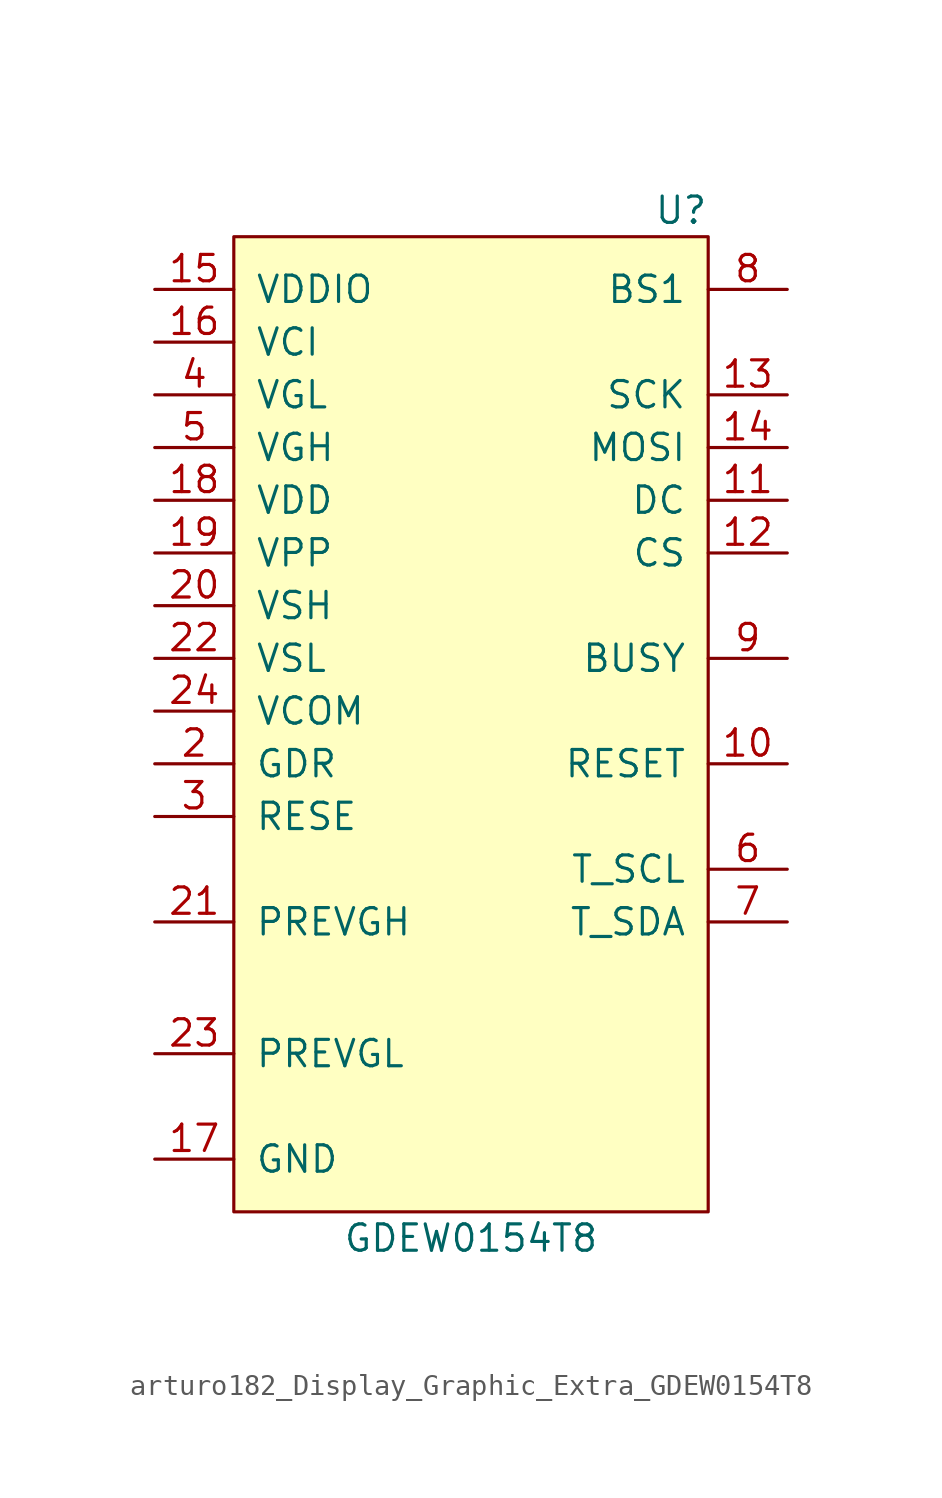
<source format=kicad_sym>
(kicad_symbol_lib
  (version 20220914)
  (generator kicad_symbol_editor)
  (symbol "arturo182_Display_Graphic_Extra_GDEW0154T8"
    (pin_names
      (offset 1.016))
    (property "Reference" "U"
      (at 11.43 26.67 0)
      (effects (font (size 1.27 1.27)) (justify right)))
    (property "Value" "GDEW0154T8"
      (at 0 -22.86 0)
      (effects (font (size 1.27 1.27))))
    (symbol "arturo182_Display_Graphic_Extra_GDEW0154T8_0_1"
      (rectangle (start -11.43 25.4) (end 11.43 -21.59) (stroke (width 0) (type default)) (fill (type background))))
    (symbol "arturo182_Display_Graphic_Extra_GDEW0154T8_1_1"
      (pin input line (at 15.24 0 180) (length 3.81) (name "RESET" (effects (font (size 1.27 1.27)))) (number "10" (effects (font (size 1.27 1.27)))))
      (pin input line (at 15.24 12.7 180) (length 3.81) (name "DC" (effects (font (size 1.27 1.27)))) (number "11" (effects (font (size 1.27 1.27)))))
      (pin input line (at 15.24 10.16 180) (length 3.81) (name "CS" (effects (font (size 1.27 1.27)))) (number "12" (effects (font (size 1.27 1.27)))))
      (pin bidirectional line (at 15.24 17.78 180) (length 3.81) (name "SCK" (effects (font (size 1.27 1.27)))) (number "13" (effects (font (size 1.27 1.27)))))
      (pin bidirectional line (at 15.24 15.24 180) (length 3.81) (name "MOSI" (effects (font (size 1.27 1.27)))) (number "14" (effects (font (size 1.27 1.27)))))
      (pin power_in line (at -15.24 22.86 0) (length 3.81) (name "VDDIO" (effects (font (size 1.27 1.27)))) (number "15" (effects (font (size 1.27 1.27)))))
      (pin power_in line (at -15.24 20.32 0) (length 3.81) (name "VCI" (effects (font (size 1.27 1.27)))) (number "16" (effects (font (size 1.27 1.27)))))
      (pin power_in line (at -15.24 -19.05 0) (length 3.81) (name "GND" (effects (font (size 1.27 1.27)))) (number "17" (effects (font (size 1.27 1.27)))))
      (pin power_out line (at -15.24 12.7 0) (length 3.81) (name "VDD" (effects (font (size 1.27 1.27)))) (number "18" (effects (font (size 1.27 1.27)))))
      (pin power_out line (at -15.24 10.16 0) (length 3.81) (name "VPP" (effects (font (size 1.27 1.27)))) (number "19" (effects (font (size 1.27 1.27)))))
      (pin output line (at -15.24 0 0) (length 3.81) (name "GDR" (effects (font (size 1.27 1.27)))) (number "2" (effects (font (size 1.27 1.27)))))
      (pin power_out line (at -15.24 7.62 0) (length 3.81) (name "VSH" (effects (font (size 1.27 1.27)))) (number "20" (effects (font (size 1.27 1.27)))))
      (pin power_in line (at -15.24 -7.62 0) (length 3.81) (name "PREVGH" (effects (font (size 1.27 1.27)))) (number "21" (effects (font (size 1.27 1.27)))))
      (pin power_out line (at -15.24 5.08 0) (length 3.81) (name "VSL" (effects (font (size 1.27 1.27)))) (number "22" (effects (font (size 1.27 1.27)))))
      (pin power_in line (at -15.24 -13.97 0) (length 3.81) (name "PREVGL" (effects (font (size 1.27 1.27)))) (number "23" (effects (font (size 1.27 1.27)))))
      (pin power_out line (at -15.24 2.54 0) (length 3.81) (name "VCOM" (effects (font (size 1.27 1.27)))) (number "24" (effects (font (size 1.27 1.27)))))
      (pin output line (at -15.24 -2.54 0) (length 3.81) (name "RESE" (effects (font (size 1.27 1.27)))) (number "3" (effects (font (size 1.27 1.27)))))
      (pin power_out line (at -15.24 17.78 0) (length 3.81) (name "VGL" (effects (font (size 1.27 1.27)))) (number "4" (effects (font (size 1.27 1.27)))))
      (pin power_out line (at -15.24 15.24 0) (length 3.81) (name "VGH" (effects (font (size 1.27 1.27)))) (number "5" (effects (font (size 1.27 1.27)))))
      (pin output line (at 15.24 -5.08 180) (length 3.81) (name "T_SCL" (effects (font (size 1.27 1.27)))) (number "6" (effects (font (size 1.27 1.27)))))
      (pin bidirectional line (at 15.24 -7.62 180) (length 3.81) (name "T_SDA" (effects (font (size 1.27 1.27)))) (number "7" (effects (font (size 1.27 1.27)))))
      (pin input line (at 15.24 22.86 180) (length 3.81) (name "BS1" (effects (font (size 1.27 1.27)))) (number "8" (effects (font (size 1.27 1.27)))))
      (pin output line (at 15.24 5.08 180) (length 3.81) (name "BUSY" (effects (font (size 1.27 1.27)))) (number "9" (effects (font (size 1.27 1.27))))))))
</source>
